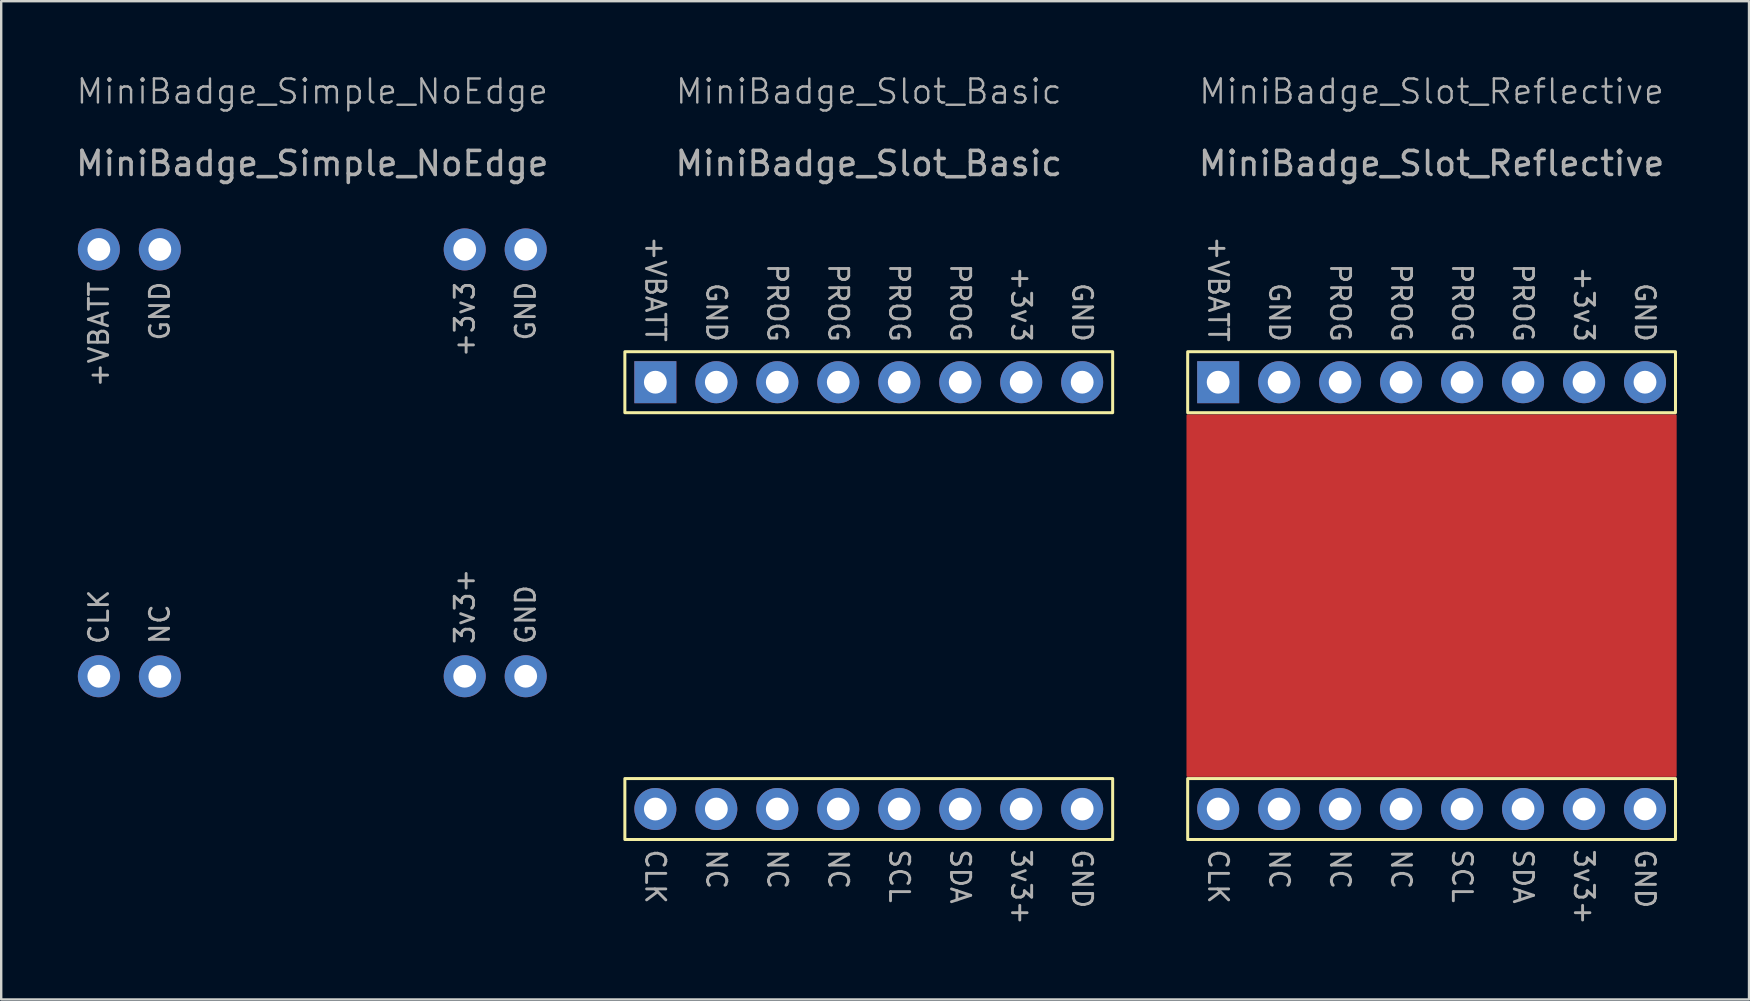
<source format=kicad_pcb>
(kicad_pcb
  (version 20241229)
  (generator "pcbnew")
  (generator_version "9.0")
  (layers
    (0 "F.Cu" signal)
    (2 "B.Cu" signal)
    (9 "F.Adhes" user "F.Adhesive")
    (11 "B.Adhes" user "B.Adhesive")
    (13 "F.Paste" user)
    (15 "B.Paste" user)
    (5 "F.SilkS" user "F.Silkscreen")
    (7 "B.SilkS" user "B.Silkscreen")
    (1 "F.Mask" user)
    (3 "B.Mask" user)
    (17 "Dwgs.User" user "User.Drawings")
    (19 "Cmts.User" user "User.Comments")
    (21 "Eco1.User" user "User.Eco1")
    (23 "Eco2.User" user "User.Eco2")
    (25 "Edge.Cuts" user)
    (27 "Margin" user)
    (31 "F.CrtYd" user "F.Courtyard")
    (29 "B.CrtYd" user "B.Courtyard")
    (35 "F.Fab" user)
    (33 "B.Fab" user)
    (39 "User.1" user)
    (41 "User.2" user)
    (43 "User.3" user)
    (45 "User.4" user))
  (footprint "MiniBadge_Slot_Reflective"
    (layer "F.Cu")
    (at 56.584 21.761)
    (property "Reference" "MiniBadge_Slot_Reflective" (at 0 -21 0) (unlocked yes) (layer "F.Fab") (effects (font (size 1 1) (thickness 0.1))))
    (attr through_hole allow_missing_courtyard)
    (fp_rect (start -10.16 -7.5) (end 10.16 7.5) (stroke (width 0.1) (type solid)) (fill yes) (layer "F.Cu"))
    (fp_rect (start -10.16 -7.5) (end 10.16 7.5) (stroke (width 0.1) (type solid)) (fill yes) (layer "F.Mask"))
    (fp_rect (start -10.16 -10.16) (end 10.16 -7.62) (stroke (width 0.125) (type solid)) (fill no) (layer "F.SilkS"))
    (fp_rect (start -10.16 7.62) (end 10.16 10.16) (stroke (width 0.125) (type solid)) (fill no) (layer "F.SilkS"))
    (fp_text user "SDA" (at 3.81 10.5 270) (unlocked yes) (layer "F.Fab") (effects (font (size 0.8 0.8) (thickness 0.12)) (justify left)))
    (fp_text user "PROG" (at 3.81 -10.5 270) (unlocked yes) (layer "F.Fab") (effects (font (size 0.8 0.8) (thickness 0.12)) (justify right)))
    (fp_text user "NC" (at -1.27 10.5 270) (unlocked yes) (layer "F.Fab") (effects (font (size 0.8 0.8) (thickness 0.12)) (justify left)))
    (fp_text user "PROG" (at -3.81 -10.5 270) (unlocked yes) (layer "F.Fab") (effects (font (size 0.8 0.8) (thickness 0.12)) (justify right)))
    (fp_text user "3v3+" (at 6.35 10.5 270) (unlocked yes) (layer "F.Fab") (effects (font (size 0.8 0.8) (thickness 0.12)) (justify left)))
    (fp_text user "${REFERENCE}" (at 0 -18 0) (unlocked yes) (layer "F.Fab") (effects (font (size 1 1) (thickness 0.15))))
    (fp_text user "NC" (at -3.81 10.5 270) (unlocked yes) (layer "F.Fab") (effects (font (size 0.8 0.8) (thickness 0.12)) (justify left)))
    (fp_text user "GND" (at 8.89 -10.5 270) (unlocked yes) (layer "F.Fab") (effects (font (size 0.8 0.8) (thickness 0.12)) (justify right)))
    (fp_text user "GND" (at -6.35 -10.5 270) (unlocked yes) (layer "F.Fab") (effects (font (size 0.8 0.8) (thickness 0.12)) (justify right)))
    (fp_text user "+VBATT" (at -8.89 -10.5 270) (unlocked yes) (layer "F.Fab") (effects (font (size 0.8 0.8) (thickness 0.12)) (justify right)))
    (fp_text user "GND" (at 8.89 10.5 270) (unlocked yes) (layer "F.Fab") (effects (font (size 0.8 0.8) (thickness 0.12)) (justify left)))
    (fp_text user "SCL" (at 1.27 10.5 270) (unlocked yes) (layer "F.Fab") (effects (font (size 0.8 0.8) (thickness 0.12)) (justify left)))
    (fp_text user "PROG" (at -1.27 -10.5 270) (unlocked yes) (layer "F.Fab") (effects (font (size 0.8 0.8) (thickness 0.12)) (justify right)))
    (fp_text user "NC" (at -6.35 10.5 270) (unlocked yes) (layer "F.Fab") (effects (font (size 0.8 0.8) (thickness 0.12)) (justify left)))
    (fp_text user "+3v3" (at 6.35 -10.5 270) (unlocked yes) (layer "F.Fab") (effects (font (size 0.8 0.8) (thickness 0.12)) (justify right)))
    (fp_text user "CLK" (at -8.89 10.5 270) (unlocked yes) (layer "F.Fab") (effects (font (size 0.8 0.8) (thickness 0.12)) (justify left)))
    (fp_text user "PROG" (at 1.27 -10.5 270) (unlocked yes) (layer "F.Fab") (effects (font (size 0.8 0.8) (thickness 0.12)) (justify right)))
    (pad "1" thru_hole rect (at -8.89 -8.89) (size 1.75 1.75) (drill 0.95) (layers "*.Cu" "*.Mask"))
    (pad "2" thru_hole circle (at -6.35 -8.89) (size 1.75 1.75) (drill 0.95) (layers "*.Cu" "*.Mask"))
    (pad "3" thru_hole circle (at -3.81 -8.89) (size 1.75 1.75) (drill 0.95) (layers "*.Cu" "*.Mask"))
    (pad "4" thru_hole circle (at -1.27 -8.89) (size 1.75 1.75) (drill 0.95) (layers "*.Cu" "*.Mask"))
    (pad "5" thru_hole circle (at 1.27 -8.89) (size 1.75 1.75) (drill 0.95) (layers "*.Cu" "*.Mask"))
    (pad "6" thru_hole circle (at 3.81 -8.89) (size 1.75 1.75) (drill 0.95) (layers "*.Cu" "*.Mask"))
    (pad "7" thru_hole circle (at 6.35 -8.89) (size 1.75 1.75) (drill 0.95) (layers "*.Cu" "*.Mask"))
    (pad "8" thru_hole circle (at 8.89 -8.89) (size 1.75 1.75) (drill 0.95) (layers "*.Cu" "*.Mask"))
    (pad "9" thru_hole circle (at -8.89 8.89) (size 1.75 1.75) (drill 0.95) (layers "*.Cu" "*.Mask"))
    (pad "10" thru_hole circle (at -6.35 8.89) (size 1.75 1.75) (drill 0.95) (layers "*.Cu" "*.Mask"))
    (pad "11" thru_hole circle (at -3.81 8.89) (size 1.75 1.75) (drill 0.95) (layers "*.Cu" "*.Mask"))
    (pad "12" thru_hole circle (at -1.27 8.89) (size 1.75 1.75) (drill 0.95) (layers "*.Cu" "*.Mask"))
    (pad "13" thru_hole circle (at 1.27 8.89) (size 1.75 1.75) (drill 0.95) (layers "*.Cu" "*.Mask"))
    (pad "14" thru_hole circle (at 3.81 8.89) (size 1.75 1.75) (drill 0.95) (layers "*.Cu" "*.Mask"))
    (pad "15" thru_hole circle (at 6.35 8.89) (size 1.75 1.75) (drill 0.95) (layers "*.Cu" "*.Mask"))
    (pad "16" thru_hole circle (at 8.89 8.89) (size 1.75 1.75) (drill 0.95) (layers "*.Cu" "*.Mask")))
  (footprint "MiniBadge_Simple_NoEdge"
    (layer "F.Cu")
    (at 9.958 16.23)
    (property "Reference" "MiniBadge_Simple_NoEdge" (at 0 -15.47 0) (unlocked yes) (layer "F.Fab") (effects (font (size 1 1) (thickness 0.1))))
    (attr through_hole allow_missing_courtyard)
    (fp_text user "GND" (at -6.35 -7.62 90) (unlocked yes) (layer "F.Fab") (effects (font (size 0.8 0.8) (thickness 0.12)) (justify right)))
    (fp_text user "NC" (at -6.35 7.62 90) (unlocked yes) (layer "F.Fab") (effects (font (size 0.8 0.8) (thickness 0.12)) (justify left)))
    (fp_text user "+VBATT" (at -8.89 -7.62 90) (unlocked yes) (layer "F.Fab") (effects (font (size 0.8 0.8) (thickness 0.12)) (justify right)))
    (fp_text user "${REFERENCE}" (at 0 -12.47 0) (unlocked yes) (layer "F.Fab") (effects (font (size 1 1) (thickness 0.15))))
    (fp_text user "3v3+" (at 6.35 7.62 90) (unlocked yes) (layer "F.Fab") (effects (font (size 0.8 0.8) (thickness 0.12)) (justify left)))
    (fp_text user "GND" (at 8.89 7.62 90) (unlocked yes) (layer "F.Fab") (effects (font (size 0.8 0.8) (thickness 0.12)) (justify left)))
    (fp_text user "+3v3" (at 6.35 -7.62 90) (unlocked yes) (layer "F.Fab") (effects (font (size 0.8 0.8) (thickness 0.12)) (justify right)))
    (fp_text user "CLK" (at -8.89 7.62 90) (unlocked yes) (layer "F.Fab") (effects (font (size 0.8 0.8) (thickness 0.12)) (justify left)))
    (fp_text user "GND" (at 8.89 -7.62 90) (unlocked yes) (layer "F.Fab") (effects (font (size 0.8 0.8) (thickness 0.12)) (justify right)))
    (pad "1" thru_hole circle (at -8.89 -8.89) (size 1.75 1.75) (drill 0.95) (layers "*.Cu" "*.Mask"))
    (pad "2" thru_hole circle (at -6.35 -8.89) (size 1.75 1.75) (drill 0.95) (layers "*.Cu" "*.Mask"))
    (pad "7" thru_hole circle (at 6.35 -8.89) (size 1.75 1.75) (drill 0.95) (layers "*.Cu" "*.Mask"))
    (pad "8" thru_hole circle (at 8.89 -8.89) (size 1.75 1.75) (drill 0.95) (layers "*.Cu" "*.Mask"))
    (pad "9" thru_hole circle (at -8.89 8.89) (size 1.75 1.75) (drill 0.95) (layers "*.Cu" "*.Mask"))
    (pad "10" thru_hole circle (at -6.349 8.899) (size 1.75 1.75) (drill 0.95) (layers "*.Cu" "*.Mask"))
    (pad "15" thru_hole circle (at 6.35 8.89) (size 1.75 1.75) (drill 0.95) (layers "*.Cu" "*.Mask"))
    (pad "16" thru_hole circle (at 8.89 8.89) (size 1.75 1.75) (drill 0.95) (layers "*.Cu" "*.Mask")))
  (footprint "MiniBadge_Slot_Basic"
    (layer "F.Cu")
    (at 33.139 21.761)
    (property "Reference" "MiniBadge_Slot_Basic" (at 0 -21 0) (unlocked yes) (layer "F.Fab") (effects (font (size 1 1) (thickness 0.1))))
    (attr through_hole allow_missing_courtyard)
    (fp_rect (start -10.16 -10.16) (end 10.16 -7.62) (stroke (width 0.125) (type solid)) (fill no) (layer "F.SilkS"))
    (fp_rect (start -10.16 7.62) (end 10.16 10.16) (stroke (width 0.125) (type solid)) (fill no) (layer "F.SilkS"))
    (fp_text user "GND" (at 8.89 -10.5 270) (unlocked yes) (layer "F.Fab") (effects (font (size 0.8 0.8) (thickness 0.12)) (justify right)))
    (fp_text user "GND" (at 8.89 10.5 270) (unlocked yes) (layer "F.Fab") (effects (font (size 0.8 0.8) (thickness 0.12)) (justify left)))
    (fp_text user "PROG" (at 1.27 -10.5 270) (unlocked yes) (layer "F.Fab") (effects (font (size 0.8 0.8) (thickness 0.12)) (justify right)))
    (fp_text user "GND" (at -6.35 -10.5 270) (unlocked yes) (layer "F.Fab") (effects (font (size 0.8 0.8) (thickness 0.12)) (justify right)))
    (fp_text user "NC" (at -6.35 10.5 270) (unlocked yes) (layer "F.Fab") (effects (font (size 0.8 0.8) (thickness 0.12)) (justify left)))
    (fp_text user "PROG" (at -3.81 -10.5 270) (unlocked yes) (layer "F.Fab") (effects (font (size 0.8 0.8) (thickness 0.12)) (justify right)))
    (fp_text user "CLK" (at -8.89 10.5 270) (unlocked yes) (layer "F.Fab") (effects (font (size 0.8 0.8) (thickness 0.12)) (justify left)))
    (fp_text user "NC" (at -1.27 10.5 270) (unlocked yes) (layer "F.Fab") (effects (font (size 0.8 0.8) (thickness 0.12)) (justify left)))
    (fp_text user "NC" (at -3.81 10.5 270) (unlocked yes) (layer "F.Fab") (effects (font (size 0.8 0.8) (thickness 0.12)) (justify left)))
    (fp_text user "+3v3" (at 6.35 -10.5 270) (unlocked yes) (layer "F.Fab") (effects (font (size 0.8 0.8) (thickness 0.12)) (justify right)))
    (fp_text user "SDA" (at 3.81 10.5 270) (unlocked yes) (layer "F.Fab") (effects (font (size 0.8 0.8) (thickness 0.12)) (justify left)))
    (fp_text user "${REFERENCE}" (at 0 -18 0) (unlocked yes) (layer "F.Fab") (effects (font (size 1 1) (thickness 0.15))))
    (fp_text user "PROG" (at 3.81 -10.5 270) (unlocked yes) (layer "F.Fab") (effects (font (size 0.8 0.8) (thickness 0.12)) (justify right)))
    (fp_text user "3v3+" (at 6.35 10.5 270) (unlocked yes) (layer "F.Fab") (effects (font (size 0.8 0.8) (thickness 0.12)) (justify left)))
    (fp_text user "+VBATT" (at -8.89 -10.5 270) (unlocked yes) (layer "F.Fab") (effects (font (size 0.8 0.8) (thickness 0.12)) (justify right)))
    (fp_text user "SCL" (at 1.27 10.5 270) (unlocked yes) (layer "F.Fab") (effects (font (size 0.8 0.8) (thickness 0.12)) (justify left)))
    (fp_text user "PROG" (at -1.27 -10.5 270) (unlocked yes) (layer "F.Fab") (effects (font (size 0.8 0.8) (thickness 0.12)) (justify right)))
    (pad "1" thru_hole rect (at -8.89 -8.89) (size 1.75 1.75) (drill 0.95) (layers "*.Cu" "*.Mask"))
    (pad "2" thru_hole circle (at -6.35 -8.89) (size 1.75 1.75) (drill 0.95) (layers "*.Cu" "*.Mask"))
    (pad "3" thru_hole circle (at -3.81 -8.89) (size 1.75 1.75) (drill 0.95) (layers "*.Cu" "*.Mask"))
    (pad "4" thru_hole circle (at -1.27 -8.89) (size 1.75 1.75) (drill 0.95) (layers "*.Cu" "*.Mask"))
    (pad "5" thru_hole circle (at 1.27 -8.89) (size 1.75 1.75) (drill 0.95) (layers "*.Cu" "*.Mask"))
    (pad "6" thru_hole circle (at 3.81 -8.89) (size 1.75 1.75) (drill 0.95) (layers "*.Cu" "*.Mask"))
    (pad "7" thru_hole circle (at 6.35 -8.89) (size 1.75 1.75) (drill 0.95) (layers "*.Cu" "*.Mask"))
    (pad "8" thru_hole circle (at 8.89 -8.89) (size 1.75 1.75) (drill 0.95) (layers "*.Cu" "*.Mask"))
    (pad "9" thru_hole circle (at -8.89 8.89) (size 1.75 1.75) (drill 0.95) (layers "*.Cu" "*.Mask"))
    (pad "10" thru_hole circle (at -6.35 8.89) (size 1.75 1.75) (drill 0.95) (layers "*.Cu" "*.Mask"))
    (pad "11" thru_hole circle (at -3.81 8.89) (size 1.75 1.75) (drill 0.95) (layers "*.Cu" "*.Mask"))
    (pad "12" thru_hole circle (at -1.27 8.89) (size 1.75 1.75) (drill 0.95) (layers "*.Cu" "*.Mask"))
    (pad "13" thru_hole circle (at 1.27 8.89) (size 1.75 1.75) (drill 0.95) (layers "*.Cu" "*.Mask"))
    (pad "14" thru_hole circle (at 3.81 8.89) (size 1.75 1.75) (drill 0.95) (layers "*.Cu" "*.Mask"))
    (pad "15" thru_hole circle (at 6.35 8.89) (size 1.75 1.75) (drill 0.95) (layers "*.Cu" "*.Mask"))
    (pad "16" thru_hole circle (at 8.89 8.89) (size 1.75 1.75) (drill 0.95) (layers "*.Cu" "*.Mask")))
  (gr_rect
    (start -3 -3)
    (end 69.807 38.584)
    (stroke (width 0.1) (type default))
    (fill no)
    (layer "Edge.Cuts")))
</source>
